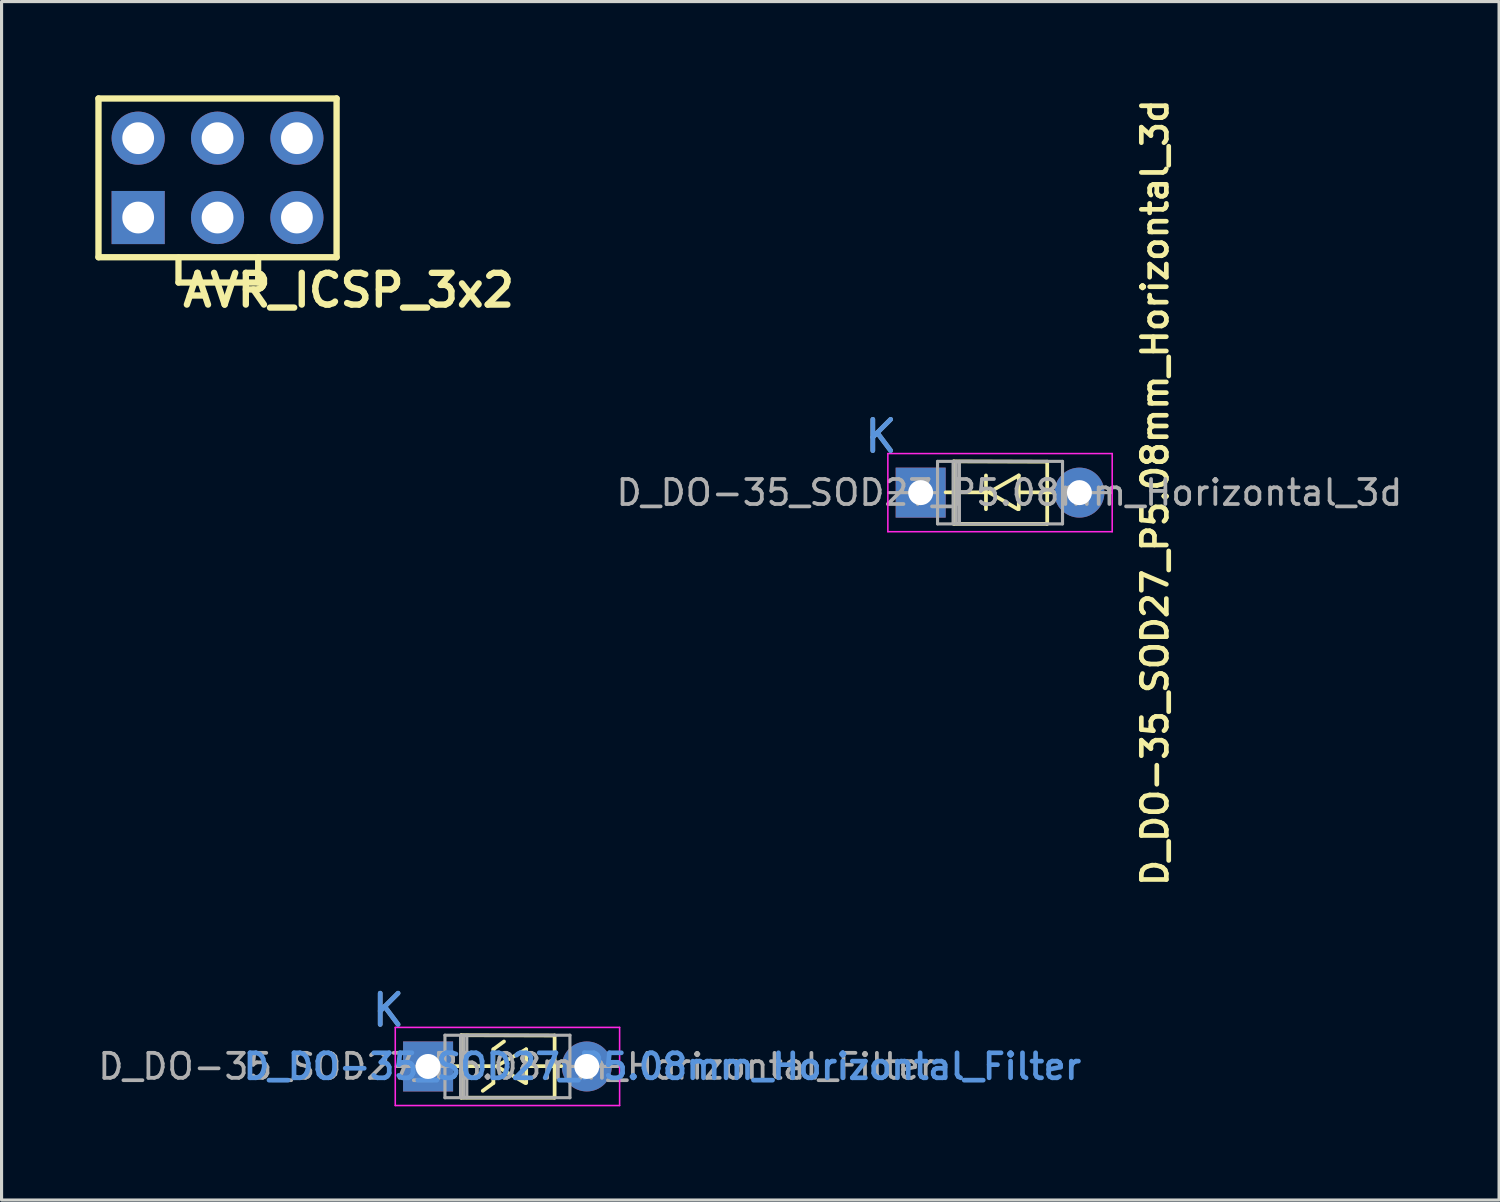
<source format=kicad_pcb>
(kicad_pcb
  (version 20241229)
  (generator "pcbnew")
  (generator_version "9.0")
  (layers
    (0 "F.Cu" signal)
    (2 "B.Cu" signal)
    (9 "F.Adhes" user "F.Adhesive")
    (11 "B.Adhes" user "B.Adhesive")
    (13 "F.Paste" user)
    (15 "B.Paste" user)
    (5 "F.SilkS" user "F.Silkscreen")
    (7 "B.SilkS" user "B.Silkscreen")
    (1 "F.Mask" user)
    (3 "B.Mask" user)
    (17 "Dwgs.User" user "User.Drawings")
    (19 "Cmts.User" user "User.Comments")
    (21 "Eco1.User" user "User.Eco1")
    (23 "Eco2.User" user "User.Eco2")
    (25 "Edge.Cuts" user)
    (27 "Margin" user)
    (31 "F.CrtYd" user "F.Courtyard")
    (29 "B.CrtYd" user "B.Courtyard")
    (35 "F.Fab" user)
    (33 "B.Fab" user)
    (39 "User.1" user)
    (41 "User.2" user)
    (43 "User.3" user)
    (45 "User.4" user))
  (footprint "D_DO-35_SOD27_P5.08mm_Horizontal_Filter"
    (layer "F.Cu")
    (at 9.38 31.081)
    (property "Reference" "D_DO-35_SOD27_P5.08mm_Horizontal_Filter" (at 8.77 0 180) (layer "Cmts.User") (effects (font (size 0.8 0.8) (thickness 0.15))))
    (attr through_hole)
    (fp_line (start 2.07 -0.01) (end 3.35 -0.01) (stroke (width 0.12) (type solid)) (layer "F.SilkS"))
    (fp_line (start 2.33 -1) (end 5.32 -0.99) (stroke (width 0.12) (type solid)) (layer "F.SilkS"))
    (fp_line (start 2.33 1) (end 2.33 -1) (stroke (width 0.12) (type solid)) (layer "F.SilkS"))
    (fp_line (start 2.34 1) (end 5.31 1) (stroke (width 0.12) (type solid)) (layer "F.SilkS"))
    (fp_line (start 3.02 0.78) (end 3.36 0.53) (stroke (width 0.12) (type solid)) (layer "F.SilkS"))
    (fp_line (start 3.36 -0.55) (end 3.7 -0.8) (stroke (width 0.12) (type solid)) (layer "F.SilkS"))
    (fp_line (start 3.36 0.53) (end 3.36 -0.55) (stroke (width 0.12) (type solid)) (layer "F.SilkS"))
    (fp_line (start 3.46 -0.01) (end 4.41 -0.55) (stroke (width 0.12) (type solid)) (layer "F.SilkS"))
    (fp_line (start 3.47 0) (end 4.38 0.53) (stroke (width 0.12) (type solid)) (layer "F.SilkS"))
    (fp_line (start 4.41 0.53) (end 4.41 -0.55) (stroke (width 0.12) (type solid)) (layer "F.SilkS"))
    (fp_line (start 5.32 1) (end 5.32 -0.99) (stroke (width 0.12) (type solid)) (layer "F.SilkS"))
    (fp_line (start 5.53 -0.01) (end 4.41 -0.01) (stroke (width 0.12) (type solid)) (layer "F.SilkS"))
    (fp_line (start 0.22 -1.25) (end 0.22 1.25) (stroke (width 0.05) (type solid)) (layer "F.CrtYd"))
    (fp_line (start 0.22 1.25) (end 7.4 1.25) (stroke (width 0.05) (type solid)) (layer "F.CrtYd"))
    (fp_line (start 7.4 -1.25) (end 0.22 -1.25) (stroke (width 0.05) (type solid)) (layer "F.CrtYd"))
    (fp_line (start 7.4 1.25) (end 7.4 -1.25) (stroke (width 0.05) (type solid)) (layer "F.CrtYd"))
    (fp_line (start 0.25 0) (end 1.81 0) (stroke (width 0.1) (type solid)) (layer "F.Fab"))
    (fp_line (start 1.81 -1) (end 1.81 1) (stroke (width 0.1) (type solid)) (layer "F.Fab"))
    (fp_line (start 1.81 1) (end 5.81 1) (stroke (width 0.1) (type solid)) (layer "F.Fab"))
    (fp_line (start 2.31 -1) (end 2.31 1) (stroke (width 0.1) (type solid)) (layer "F.Fab"))
    (fp_line (start 2.41 -1) (end 2.41 1) (stroke (width 0.1) (type solid)) (layer "F.Fab"))
    (fp_line (start 2.51 -1) (end 2.51 1) (stroke (width 0.1) (type solid)) (layer "F.Fab"))
    (fp_line (start 5.81 -1) (end 1.81 -1) (stroke (width 0.1) (type solid)) (layer "F.Fab"))
    (fp_line (start 5.81 1) (end 5.81 -1) (stroke (width 0.1) (type solid)) (layer "F.Fab"))
    (fp_line (start 7.37 0) (end 5.81 0) (stroke (width 0.1) (type solid)) (layer "F.Fab"))
    (fp_text user "K" (at 0 -1.8 180) (layer "Cmts.User") (effects (font (size 1 1) (thickness 0.15))))
    (fp_text user "K" (at 0 -1.8 180) (layer "F.Fab") (effects (font (size 1 1) (thickness 0.15))))
    (fp_text user "${REFERENCE}" (at 4.11 0 180) (layer "F.Fab") (effects (font (size 0.8 0.8) (thickness 0.12))))
    (pad "1" thru_hole rect (at 1.27 0) (size 1.6 1.6) (drill 0.8) (layers "*.Cu" "*.Mask"))
    (pad "2" thru_hole oval (at 6.35 0) (size 1.6 1.6) (drill 0.8) (layers "*.Cu" "*.Mask")))
  (footprint "AVR_ICSP_3x2"
    (layer "F.Cu")
    (at 3.912 2.642)
    (property "Reference" "AVR_ICSP_3x2" (at 4.195 3.596 180) (layer "F.SilkS") (effects (font (size 1.016 1.016) (thickness 0.203))))
    (attr through_hole)
    (fp_line (start -3.81 -2.54) (end 3.81 -2.54) (stroke (width 0.203) (type solid)) (layer "F.SilkS"))
    (fp_line (start -3.81 2.54) (end -3.81 -2.54) (stroke (width 0.203) (type solid)) (layer "F.SilkS"))
    (fp_line (start -1.25 2.55) (end -1.25 3.35) (stroke (width 0.2) (type solid)) (layer "F.SilkS"))
    (fp_line (start -1.25 3.35) (end 1.3 3.35) (stroke (width 0.2) (type solid)) (layer "F.SilkS"))
    (fp_line (start 1.3 3.35) (end 1.3 2.55) (stroke (width 0.2) (type solid)) (layer "F.SilkS"))
    (fp_line (start 3.81 -2.54) (end 3.81 2.54) (stroke (width 0.203) (type solid)) (layer "F.SilkS"))
    (fp_line (start 3.81 2.54) (end -3.81 2.54) (stroke (width 0.203) (type solid)) (layer "F.SilkS"))
    (pad "1" thru_hole rect (at -2.54 1.27) (size 1.7 1.7) (drill 1.016) (layers "*.Cu" "*.Mask"))
    (pad "2" thru_hole circle (at -2.54 -1.27) (size 1.7 1.7) (drill 1.016) (layers "*.Cu" "*.Mask"))
    (pad "3" thru_hole circle (at 0 1.27) (size 1.7 1.7) (drill 1.016) (layers "*.Cu" "*.Mask"))
    (pad "4" thru_hole circle (at 0 -1.27) (size 1.7 1.7) (drill 1.016) (layers "*.Cu" "*.Mask"))
    (pad "5" thru_hole circle (at 2.54 1.27) (size 1.7 1.7) (drill 1.016) (layers "*.Cu" "*.Mask"))
    (pad "6" thru_hole circle (at 2.54 -1.27) (size 1.7 1.7) (drill 1.016) (layers "*.Cu" "*.Mask")))
  (footprint "D_DO-35_SOD27_P5.08mm_Horizontal_3d"
    (layer "F.Cu")
    (at 25.145 12.716)
    (property "Reference" "D_DO-35_SOD27_P5.08mm_Horizontal_3d" (at 8.77 0 270) (layer "F.SilkS") (effects (font (size 0.8 0.8) (thickness 0.15))))
    (attr through_hole)
    (fp_line (start 2.07 -0.01) (end 3.35 -0.01) (stroke (width 0.12) (type solid)) (layer "F.SilkS"))
    (fp_line (start 2.33 -1) (end 5.32 -0.99) (stroke (width 0.12) (type solid)) (layer "F.SilkS"))
    (fp_line (start 2.33 1) (end 2.33 -1) (stroke (width 0.12) (type solid)) (layer "F.SilkS"))
    (fp_line (start 2.34 1) (end 5.31 1) (stroke (width 0.12) (type solid)) (layer "F.SilkS"))
    (fp_line (start 3.36 0.53) (end 3.36 -0.55) (stroke (width 0.12) (type solid)) (layer "F.SilkS"))
    (fp_line (start 3.46 -0.01) (end 4.41 -0.55) (stroke (width 0.12) (type solid)) (layer "F.SilkS"))
    (fp_line (start 3.47 0) (end 4.38 0.53) (stroke (width 0.12) (type solid)) (layer "F.SilkS"))
    (fp_line (start 4.41 0.53) (end 4.41 -0.55) (stroke (width 0.12) (type solid)) (layer "F.SilkS"))
    (fp_line (start 5.32 1) (end 5.32 -0.99) (stroke (width 0.12) (type solid)) (layer "F.SilkS"))
    (fp_line (start 5.53 -0.01) (end 4.41 -0.01) (stroke (width 0.12) (type solid)) (layer "F.SilkS"))
    (fp_line (start 0.22 -1.25) (end 0.22 1.25) (stroke (width 0.05) (type solid)) (layer "F.CrtYd"))
    (fp_line (start 0.22 1.25) (end 7.4 1.25) (stroke (width 0.05) (type solid)) (layer "F.CrtYd"))
    (fp_line (start 7.4 -1.25) (end 0.22 -1.25) (stroke (width 0.05) (type solid)) (layer "F.CrtYd"))
    (fp_line (start 7.4 1.25) (end 7.4 -1.25) (stroke (width 0.05) (type solid)) (layer "F.CrtYd"))
    (fp_line (start 0.25 0) (end 1.81 0) (stroke (width 0.1) (type solid)) (layer "F.Fab"))
    (fp_line (start 1.81 -1) (end 1.81 1) (stroke (width 0.1) (type solid)) (layer "F.Fab"))
    (fp_line (start 1.81 1) (end 5.81 1) (stroke (width 0.1) (type solid)) (layer "F.Fab"))
    (fp_line (start 2.31 -1) (end 2.31 1) (stroke (width 0.1) (type solid)) (layer "F.Fab"))
    (fp_line (start 2.41 -1) (end 2.41 1) (stroke (width 0.1) (type solid)) (layer "F.Fab"))
    (fp_line (start 2.51 -1) (end 2.51 1) (stroke (width 0.1) (type solid)) (layer "F.Fab"))
    (fp_line (start 5.81 -1) (end 1.81 -1) (stroke (width 0.1) (type solid)) (layer "F.Fab"))
    (fp_line (start 5.81 1) (end 5.81 -1) (stroke (width 0.1) (type solid)) (layer "F.Fab"))
    (fp_line (start 7.37 0) (end 5.81 0) (stroke (width 0.1) (type solid)) (layer "F.Fab"))
    (fp_text user "K" (at 0 -1.8 180) (layer "Cmts.User") (effects (font (size 1 1) (thickness 0.15))))
    (fp_text user "${REFERENCE}" (at 4.11 0 180) (layer "F.Fab") (effects (font (size 0.8 0.8) (thickness 0.12))))
    (fp_text user "K" (at 0 -1.8 180) (layer "F.Fab") (effects (font (size 1 1) (thickness 0.15))))
    (pad "1" thru_hole rect (at 1.27 0) (size 1.6 1.6) (drill 0.8) (layers "*.Cu" "*.Mask"))
    (pad "2" thru_hole oval (at 6.35 0) (size 1.6 1.6) (drill 0.8) (layers "*.Cu" "*.Mask")))
  (gr_rect
    (start -3 -3)
    (end 44.926 35.356)
    (stroke (width 0.1) (type default))
    (fill no)
    (layer "Edge.Cuts")))
</source>
